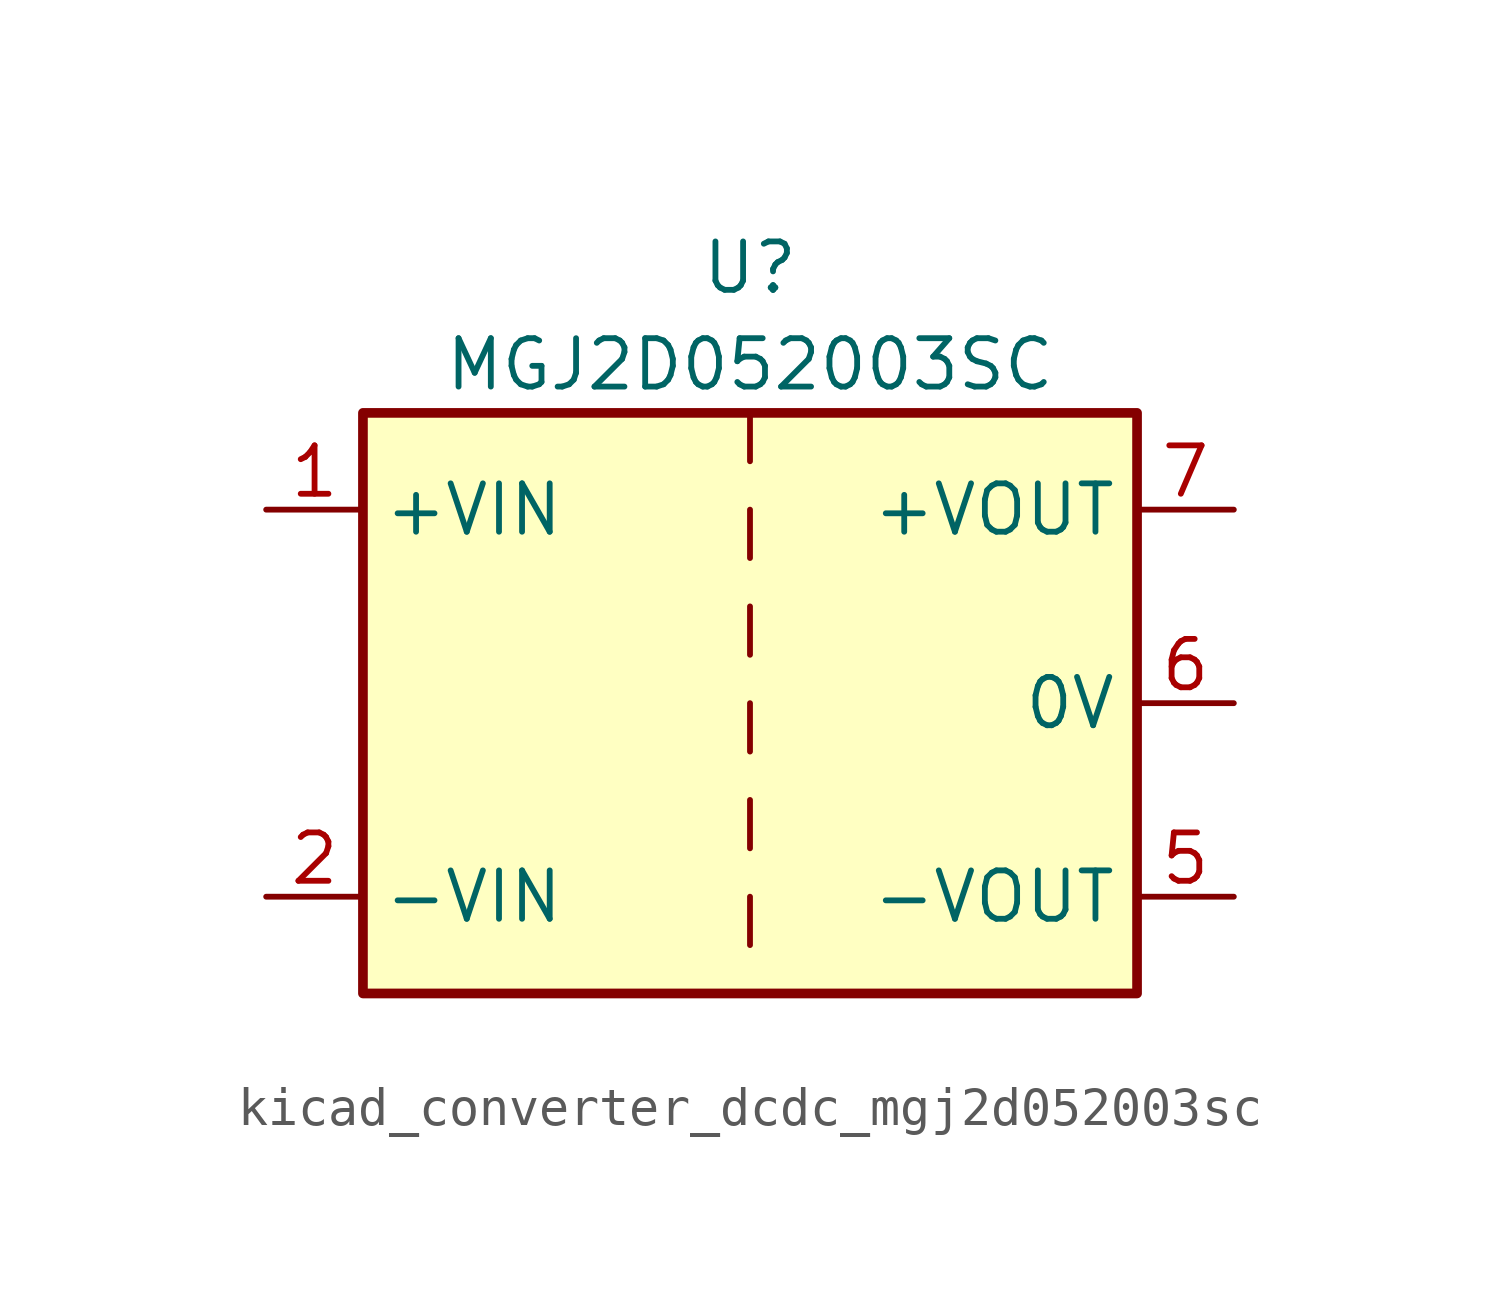
<source format=kicad_sym>
(kicad_symbol_lib
  (version 20220914)
  (generator kicad_symbol_editor)
  (symbol "kicad_converter_dcdc_mgj2d052003sc"
    (property "Reference" "U"
      (at 0 11.43 0)
      (effects (font (size 1.27 1.27))))
    (property "Value" "MGJ2D052003SC"
      (at 0 8.89 0)
      (effects (font (size 1.27 1.27))))
    (symbol "kicad_converter_dcdc_mgj2d052003sc_0_1"
      (rectangle (start -10.16 7.62) (end 10.16 -7.62) (stroke (width 0.254) (type default)) (fill (type background)))
      (polyline (pts (xy 0 -5.08) (xy 0 -6.35)) (stroke (width 0) (type default)) (fill (type none)))
      (polyline (pts (xy 0 -2.54) (xy 0 -3.81)) (stroke (width 0) (type default)) (fill (type none)))
      (polyline (pts (xy 0 0) (xy 0 -1.27)) (stroke (width 0) (type default)) (fill (type none)))
      (polyline (pts (xy 0 2.54) (xy 0 1.27)) (stroke (width 0) (type default)) (fill (type none)))
      (polyline (pts (xy 0 5.08) (xy 0 3.81)) (stroke (width 0) (type default)) (fill (type none)))
      (polyline (pts (xy 0 7.62) (xy 0 6.35)) (stroke (width 0) (type default)) (fill (type none))))
    (symbol "kicad_converter_dcdc_mgj2d052003sc_1_1"
      (pin power_in line (at -12.7 5.08 0) (length 2.54) (name "+VIN" (effects (font (size 1.27 1.27)))) (number "1" (effects (font (size 1.27 1.27)))))
      (pin power_in line (at -12.7 -5.08 0) (length 2.54) (name "-VIN" (effects (font (size 1.27 1.27)))) (number "2" (effects (font (size 1.27 1.27)))))
      (pin power_out line (at 12.7 -5.08 180) (length 2.54) (name "-VOUT" (effects (font (size 1.27 1.27)))) (number "5" (effects (font (size 1.27 1.27)))))
      (pin power_out line (at 12.7 0 180) (length 2.54) (name "0V" (effects (font (size 1.27 1.27)))) (number "6" (effects (font (size 1.27 1.27)))))
      (pin power_out line (at 12.7 5.08 180) (length 2.54) (name "+VOUT" (effects (font (size 1.27 1.27)))) (number "7" (effects (font (size 1.27 1.27))))))))
</source>
